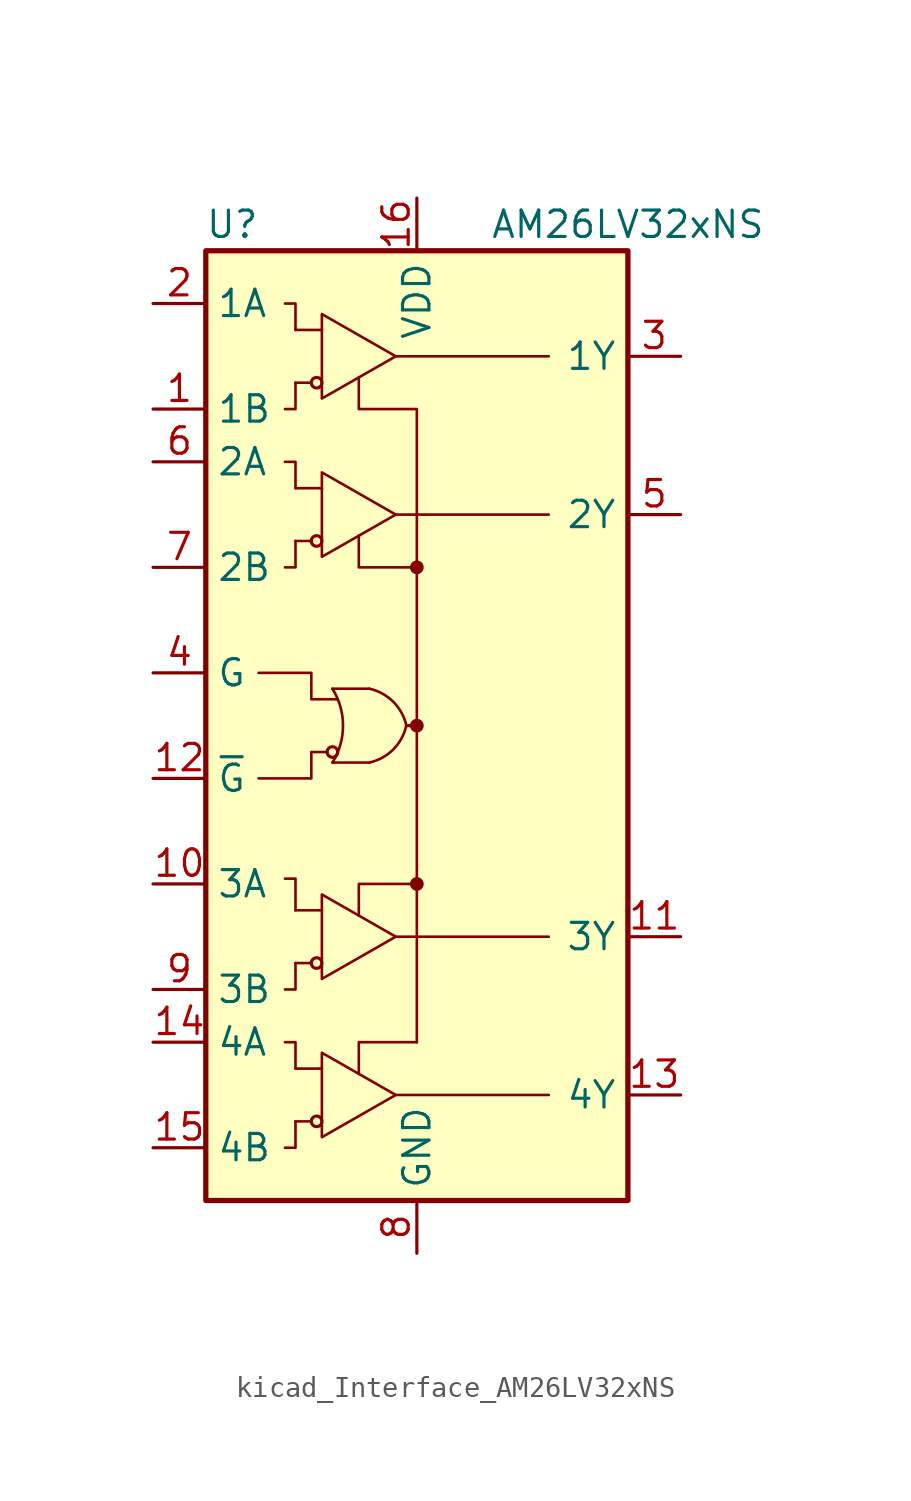
<source format=kicad_sym>
(kicad_symbol_lib
  (version 20220914)
  (generator kicad_symbol_editor)
  (symbol "kicad_Interface_AM26LV32xNS"
    (property "Reference" "U"
      (at -8.89 24.13 0)
      (effects (font (size 1.27 1.27))))
    (property "Value" "AM26LV32xNS"
      (at 10.16 24.13 0)
      (effects (font (size 1.27 1.27))))
    (symbol "kicad_Interface_AM26LV32xNS_0_1"
      (rectangle (start -10.16 22.86) (end 10.16 -22.86) (stroke (width 0.254) (type default)) (fill (type background)))
      (circle (center -4.826 16.51) (radius 0.254) (stroke (width 0) (type default)) (fill (type none)))
      (arc (start -4.064 -1.778) (mid -3.5541 0) (end -4.064 1.778) (stroke (width 0.127) (type default)) (fill (type none)))
      (circle (center -4.064 -1.27) (radius 0.254) (stroke (width 0) (type default)) (fill (type none)))
      (arc (start -2.286 -1.778) (mid -1.1381 -1.1479) (end -0.508 0) (stroke (width 0.127) (type default)) (fill (type none)))
      (arc (start -0.508 0) (mid -1.1381 1.1479) (end -2.286 1.778) (stroke (width 0.127) (type default)) (fill (type none)))
      (circle (center 0 -7.62) (radius 0.254) (stroke (width 0) (type default)) (fill (type outline)))
      (polyline (pts (xy -5.842 16.51) (xy -5.08 16.51)) (stroke (width 0.127) (type default)) (fill (type none)))
      (polyline (pts (xy -5.842 19.05) (xy -4.572 19.05)) (stroke (width 0.127) (type default)) (fill (type none)))
      (polyline (pts (xy -4.064 -1.778) (xy -2.286 -1.778)) (stroke (width 0.127) (type default)) (fill (type none)))
      (polyline (pts (xy -2.286 1.778) (xy -4.064 1.778)) (stroke (width 0.127) (type default)) (fill (type none)))
      (polyline (pts (xy -1.016 -17.78) (xy 6.35 -17.78)) (stroke (width 0.127) (type default)) (fill (type none)))
      (polyline (pts (xy -1.016 -10.16) (xy 6.35 -10.16)) (stroke (width 0.127) (type default)) (fill (type none)))
      (polyline (pts (xy -1.016 10.16) (xy 6.35 10.16)) (stroke (width 0.127) (type default)) (fill (type none)))
      (polyline (pts (xy -1.016 17.78) (xy 6.35 17.78)) (stroke (width 0.127) (type default)) (fill (type none)))
      (polyline (pts (xy -0.508 0) (xy 0 0)) (stroke (width 0) (type default)) (fill (type none)))
      (polyline (pts (xy 0 0) (xy 0 -15.24)) (stroke (width 0.127) (type default)) (fill (type none)))
      (polyline (pts (xy 0 7.62) (xy 0 0)) (stroke (width 0.127) (type default)) (fill (type none)))
      (polyline (pts (xy -5.842 -19.05) (xy -5.842 -20.32) (xy -6.35 -20.32)) (stroke (width 0.127) (type default)) (fill (type none)))
      (polyline (pts (xy -5.842 -16.51) (xy -5.842 -15.24) (xy -6.35 -15.24)) (stroke (width 0.127) (type default)) (fill (type none)))
      (polyline (pts (xy -5.842 -11.43) (xy -5.842 -12.7) (xy -6.35 -12.7)) (stroke (width 0.127) (type default)) (fill (type none)))
      (polyline (pts (xy -5.842 -8.89) (xy -5.842 -7.366) (xy -6.35 -7.366)) (stroke (width 0.127) (type default)) (fill (type none)))
      (polyline (pts (xy -5.842 8.89) (xy -5.842 7.62) (xy -6.35 7.62)) (stroke (width 0.127) (type default)) (fill (type none)))
      (polyline (pts (xy -5.842 11.43) (xy -5.842 12.7) (xy -6.35 12.7)) (stroke (width 0.127) (type default)) (fill (type none)))
      (polyline (pts (xy -5.842 19.05) (xy -5.842 20.32) (xy -6.35 20.32)) (stroke (width 0.127) (type default)) (fill (type none)))
      (polyline (pts (xy 0 -15.24) (xy -2.794 -15.24) (xy -2.794 -16.764)) (stroke (width 0.127) (type default)) (fill (type none)))
      (polyline (pts (xy 0 -7.62) (xy -2.794 -7.62) (xy -2.794 -9.144)) (stroke (width 0.127) (type default)) (fill (type none)))
      (polyline (pts (xy 0 7.62) (xy -2.794 7.62) (xy -2.794 9.144)) (stroke (width 0.127) (type default)) (fill (type none)))
      (polyline (pts (xy -7.62 2.54) (xy -5.08 2.54) (xy -5.08 1.27) (xy -3.81 1.27)) (stroke (width 0.127) (type default)) (fill (type none)))
      (polyline (pts (xy -5.842 16.51) (xy -5.842 15.24) (xy -6.096 15.24) (xy -6.35 15.24)) (stroke (width 0.127) (type default)) (fill (type none)))
      (polyline (pts (xy -4.572 19.812) (xy -4.572 15.748) (xy -1.016 17.78) (xy -4.572 19.812)) (stroke (width 0.127) (type default)) (fill (type none)))
      (polyline (pts (xy -4.318 -1.27) (xy -5.08 -1.27) (xy -5.08 -2.54) (xy -7.62 -2.54)) (stroke (width 0.127) (type default)) (fill (type none)))
      (polyline (pts (xy 0 7.62) (xy 0 15.24) (xy -2.794 15.24) (xy -2.794 16.764)) (stroke (width 0.127) (type default)) (fill (type none)))
      (circle (center 0 0) (radius 0.254) (stroke (width 0) (type default)) (fill (type outline)))
      (circle (center 0 7.62) (radius 0.254) (stroke (width 0) (type default)) (fill (type outline))))
    (symbol "kicad_Interface_AM26LV32xNS_1_1"
      (circle (center -4.826 -19.05) (radius 0.254) (stroke (width 0) (type default)) (fill (type none)))
      (circle (center -4.826 -11.43) (radius 0.254) (stroke (width 0) (type default)) (fill (type none)))
      (circle (center -4.826 8.89) (radius 0.254) (stroke (width 0) (type default)) (fill (type none)))
      (polyline (pts (xy -5.842 -19.05) (xy -5.08 -19.05)) (stroke (width 0.127) (type default)) (fill (type none)))
      (polyline (pts (xy -5.842 -16.51) (xy -4.572 -16.51)) (stroke (width 0.127) (type default)) (fill (type none)))
      (polyline (pts (xy -5.842 -11.43) (xy -5.08 -11.43)) (stroke (width 0.127) (type default)) (fill (type none)))
      (polyline (pts (xy -5.842 -8.89) (xy -4.572 -8.89)) (stroke (width 0.127) (type default)) (fill (type none)))
      (polyline (pts (xy -5.842 8.89) (xy -5.08 8.89)) (stroke (width 0.127) (type default)) (fill (type none)))
      (polyline (pts (xy -5.842 11.43) (xy -4.572 11.43)) (stroke (width 0.127) (type default)) (fill (type none)))
      (polyline (pts (xy -4.572 -15.748) (xy -4.572 -19.812) (xy -1.016 -17.78) (xy -4.572 -15.748)) (stroke (width 0.127) (type default)) (fill (type none)))
      (polyline (pts (xy -4.572 -8.128) (xy -4.572 -12.192) (xy -1.016 -10.16) (xy -4.572 -8.128)) (stroke (width 0.127) (type default)) (fill (type none)))
      (polyline (pts (xy -4.572 12.192) (xy -4.572 8.128) (xy -1.016 10.16) (xy -4.572 12.192)) (stroke (width 0.127) (type default)) (fill (type none)))
      (pin input line (at -12.7 15.24 0) (length 2.54) (name "1B" (effects (font (size 1.27 1.27)))) (number "1" (effects (font (size 1.27 1.27)))))
      (pin input line (at -12.7 -7.62 0) (length 2.54) (name "3A" (effects (font (size 1.27 1.27)))) (number "10" (effects (font (size 1.27 1.27)))))
      (pin tri_state line (at 12.7 -10.16 180) (length 2.54) (name "3Y" (effects (font (size 1.27 1.27)))) (number "11" (effects (font (size 1.27 1.27)))))
      (pin input line (at -12.7 -2.54 0) (length 2.54) (name "~{G}" (effects (font (size 1.27 1.27)))) (number "12" (effects (font (size 1.27 1.27)))))
      (pin tri_state line (at 12.7 -17.78 180) (length 2.54) (name "4Y" (effects (font (size 1.27 1.27)))) (number "13" (effects (font (size 1.27 1.27)))))
      (pin input line (at -12.7 -15.24 0) (length 2.54) (name "4A" (effects (font (size 1.27 1.27)))) (number "14" (effects (font (size 1.27 1.27)))))
      (pin input line (at -12.7 -20.32 0) (length 2.54) (name "4B" (effects (font (size 1.27 1.27)))) (number "15" (effects (font (size 1.27 1.27)))))
      (pin power_in line (at 0 25.4 270) (length 2.54) (name "VDD" (effects (font (size 1.27 1.27)))) (number "16" (effects (font (size 1.27 1.27)))))
      (pin input line (at -12.7 20.32 0) (length 2.54) (name "1A" (effects (font (size 1.27 1.27)))) (number "2" (effects (font (size 1.27 1.27)))))
      (pin tri_state line (at 12.7 17.78 180) (length 2.54) (name "1Y" (effects (font (size 1.27 1.27)))) (number "3" (effects (font (size 1.27 1.27)))))
      (pin input line (at -12.7 2.54 0) (length 2.54) (name "G" (effects (font (size 1.27 1.27)))) (number "4" (effects (font (size 1.27 1.27)))))
      (pin tri_state line (at 12.7 10.16 180) (length 2.54) (name "2Y" (effects (font (size 1.27 1.27)))) (number "5" (effects (font (size 1.27 1.27)))))
      (pin input line (at -12.7 12.7 0) (length 2.54) (name "2A" (effects (font (size 1.27 1.27)))) (number "6" (effects (font (size 1.27 1.27)))))
      (pin input line (at -12.7 7.62 0) (length 2.54) (name "2B" (effects (font (size 1.27 1.27)))) (number "7" (effects (font (size 1.27 1.27)))))
      (pin power_in line (at 0 -25.4 90) (length 2.54) (name "GND" (effects (font (size 1.27 1.27)))) (number "8" (effects (font (size 1.27 1.27)))))
      (pin input line (at -12.7 -12.7 0) (length 2.54) (name "3B" (effects (font (size 1.27 1.27)))) (number "9" (effects (font (size 1.27 1.27))))))))
</source>
